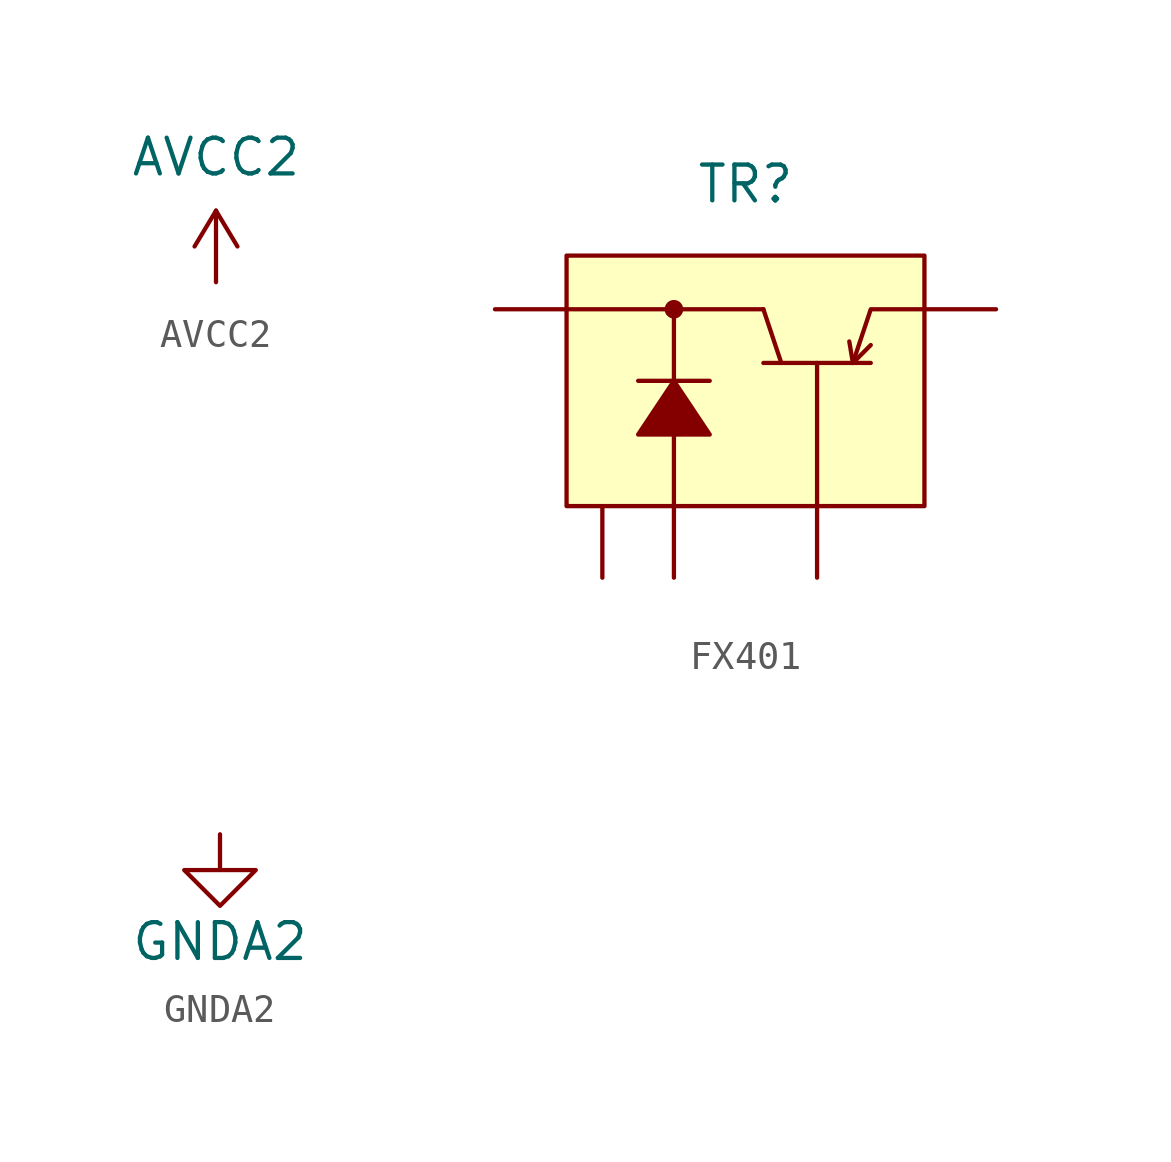
<source format=kicad_sym>
(kicad_symbol_lib
  (version 20220914)
  (generator kicad_symbol_editor)
  (symbol "AVCC2"
    (power)
    (pin_names
      (offset 0))
    (property "Reference" "#PWR01"
      (at 0 -3.81 0)
      (effects (font (size 1.27 1.27)) hide))
    (property "Value" "AVCC2"
      (at 0 4.445 0)
      (effects (font (size 1.27 1.27))))
    (symbol "AVCC2_0_1"
      (polyline (pts (xy -0.762 1.27) (xy 0 2.54)) (stroke (width 0) (type default)) (fill (type none)))
      (polyline (pts (xy 0 0) (xy 0 2.54)) (stroke (width 0) (type default)) (fill (type none)))
      (polyline (pts (xy 0 2.54) (xy 0.762 1.27)) (stroke (width 0) (type default)) (fill (type none))))
    (symbol "AVCC2_1_1"
      (pin power_in line (at 0 0 90) (length 0) hide (name "AVCC2" (effects (font (size 1.27 1.27)))) (number "1" (effects (font (size 1.27 1.27)))))))
  (symbol "FX401"
    (property "Reference" "TR"
      (at 0 6.985 0)
      (effects (font (size 1.27 1.27))))
    (property "Value" ""
      (at -0.635 0.635 0)
      (effects (font (size 1.27 1.27))))
    (symbol "FX401_1_1"
      (rectangle (start -6.35 4.445) (end 6.35 -4.445) (stroke (width 0) (type default)) (fill (type background)))
      (circle (center -2.54 2.54) (radius 0.254) (stroke (width 0) (type default)) (fill (type outline)))
      (polyline (pts (xy -2.54 -4.445) (xy -2.54 2.54)) (stroke (width 0) (type default)) (fill (type none)))
      (polyline (pts (xy -1.27 0) (xy -3.81 0)) (stroke (width 0) (type default)) (fill (type none)))
      (polyline (pts (xy 0.635 0.635) (xy 4.445 0.635)) (stroke (width 0) (type default)) (fill (type none)))
      (polyline (pts (xy 0.635 2.54) (xy -6.35 2.54)) (stroke (width 0) (type default)) (fill (type none)))
      (polyline (pts (xy 0.635 2.54) (xy 1.27 0.635)) (stroke (width 0) (type default)) (fill (type none)))
      (polyline (pts (xy 2.54 0.635) (xy 2.54 -4.445)) (stroke (width 0) (type default)) (fill (type none)))
      (polyline (pts (xy 3.81 0.635) (xy 4.445 1.27)) (stroke (width 0) (type default)) (fill (type none)))
      (polyline (pts (xy 3.81 0.635) (xy 3.683 1.397) (xy 3.81 0.635)) (stroke (width 0) (type default)) (fill (type none)))
      (polyline (pts (xy 3.81 0.635) (xy 4.445 2.54) (xy 6.35 2.54)) (stroke (width 0) (type default)) (fill (type none)))
      (polyline (pts (xy -2.54 0) (xy -3.81 -1.905) (xy -1.27 -1.905) (xy -2.54 0)) (stroke (width 0) (type default)) (fill (type outline)))
      (pin input line (at -8.89 2.54 0) (length 2.54) (name "" (effects (font (size 1.27 1.27)))) (number "" (effects (font (size 1.27 1.27)))))
      (pin input line (at -5.08 -6.985 90) (length 2.54) (name "" (effects (font (size 1.27 1.27)))) (number "" (effects (font (size 1.27 1.27)))))
      (pin input line (at -2.54 -6.985 90) (length 2.54) (name "" (effects (font (size 1.27 1.27)))) (number "" (effects (font (size 1.27 1.27)))))
      (pin input line (at 2.54 -6.985 90) (length 2.54) (name "" (effects (font (size 1.27 1.27)))) (number "" (effects (font (size 1.27 1.27)))))
      (pin input line (at 8.89 2.54 180) (length 2.54) (name "" (effects (font (size 1.27 1.27)))) (number "" (effects (font (size 1.27 1.27)))))))
  (symbol "GNDA2"
    (power)
    (pin_names
      (offset 0))
    (property "Reference" "#PWR"
      (at 0 -6.35 0)
      (effects (font (size 1.27 1.27)) hide))
    (property "Value" "GNDA2"
      (at 0 -3.81 0)
      (effects (font (size 1.27 1.27))))
    (symbol "GNDA2_0_1"
      (polyline (pts (xy 0 0) (xy 0 -1.27) (xy 1.27 -1.27) (xy 0 -2.54) (xy -1.27 -1.27) (xy 0 -1.27)) (stroke (width 0) (type default)) (fill (type none))))
    (symbol "GNDA2_1_1"
      (pin power_in line (at 0 0 270) (length 0) hide (name "GNDA2" (effects (font (size 1.27 1.27)))) (number "1" (effects (font (size 1.27 1.27))))))))
</source>
